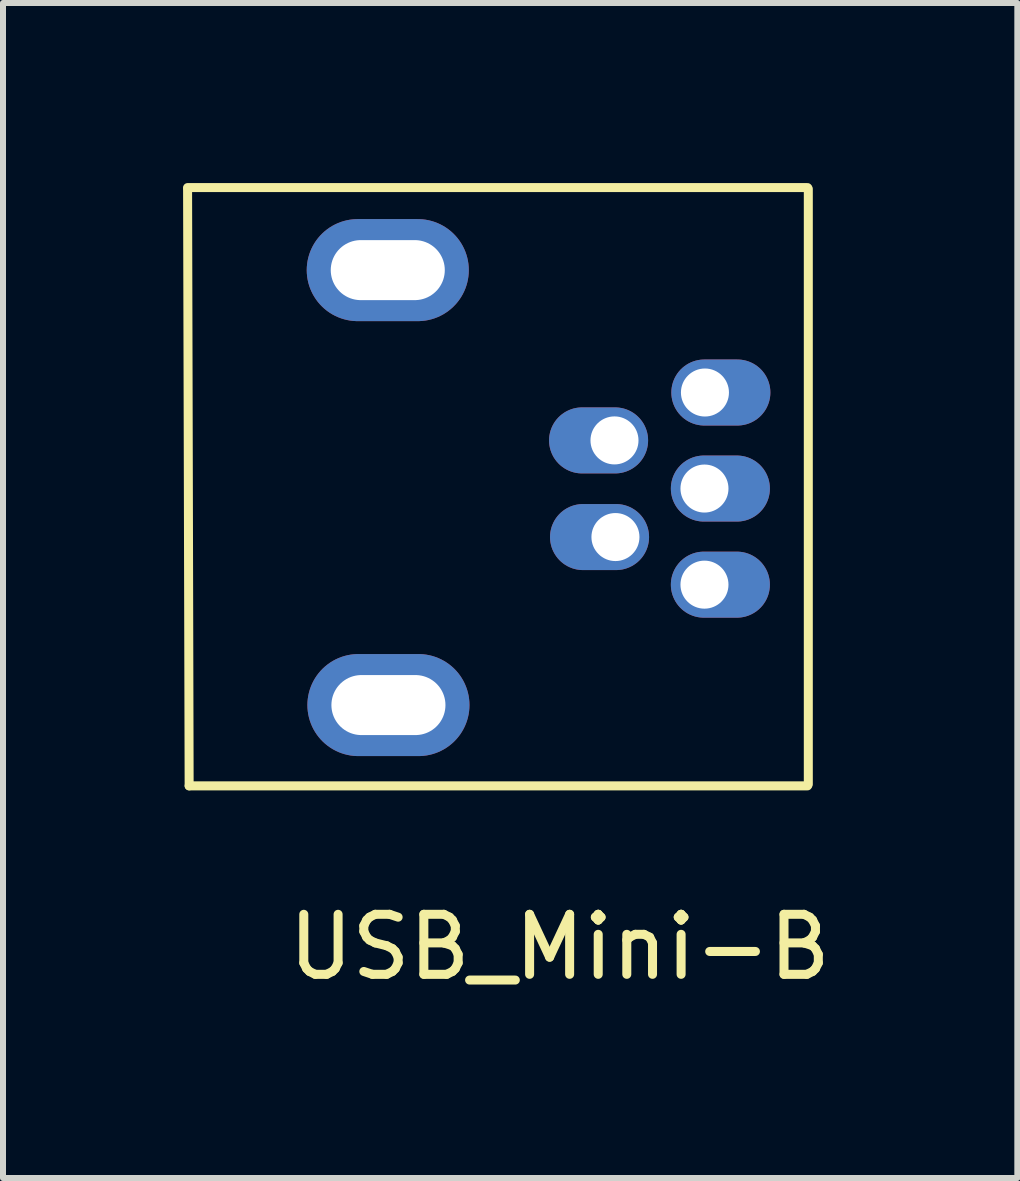
<source format=kicad_pcb>
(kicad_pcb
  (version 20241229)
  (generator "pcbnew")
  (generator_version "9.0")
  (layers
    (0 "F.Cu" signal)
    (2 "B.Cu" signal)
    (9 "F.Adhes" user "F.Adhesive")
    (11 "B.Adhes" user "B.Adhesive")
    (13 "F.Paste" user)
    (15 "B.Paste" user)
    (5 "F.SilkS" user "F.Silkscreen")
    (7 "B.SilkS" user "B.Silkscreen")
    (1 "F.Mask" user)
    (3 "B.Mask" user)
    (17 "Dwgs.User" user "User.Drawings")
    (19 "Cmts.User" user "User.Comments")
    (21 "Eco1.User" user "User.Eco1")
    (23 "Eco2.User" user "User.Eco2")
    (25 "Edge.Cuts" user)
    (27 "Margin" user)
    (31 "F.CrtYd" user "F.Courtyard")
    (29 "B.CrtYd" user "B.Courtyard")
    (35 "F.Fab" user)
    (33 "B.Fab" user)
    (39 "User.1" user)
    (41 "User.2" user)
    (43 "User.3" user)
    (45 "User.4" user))
  (footprint "USB_Mini-B"
    (layer "F.Cu")
    (at 6.273 5.826)
    (property "Reference" "USB_Mini-B" (at 0 6.901 0) (layer "F.SilkS") (effects (font (size 1 1) (thickness 0.15))))
    (attr smd)
    (fp_line (start -6.198 -5.751) (end 4.13 -5.751) (stroke (width 0.15) (type solid)) (layer "F.SilkS"))
    (fp_line (start -6.172 4.216) (end -6.198 -5.73) (stroke (width 0.15) (type solid)) (layer "F.SilkS"))
    (fp_line (start -6.172 4.216) (end 4.13 4.216) (stroke (width 0.15) (type solid)) (layer "F.SilkS"))
    (fp_line (start 4.143 -5.73) (end 4.143 4.191) (stroke (width 0.15) (type solid)) (layer "F.SilkS"))
    (pad "1" thru_hole oval (at 2.421 -2.337) (size 1.65 1.1) (drill 0.8 (offset 0.265 0)) (layers "*.Cu" "*.Mask"))
    (pad "2" thru_hole oval (at 0.914 -1.539) (size 1.65 1.1) (drill 0.8 (offset -0.265 0)) (layers "*.Cu" "*.Mask"))
    (pad "3" thru_hole oval (at 2.413 -0.737) (size 1.65 1.1) (drill 0.8 (offset 0.265 0)) (layers "*.Cu" "*.Mask"))
    (pad "4" thru_hole oval (at 0.93 0.071) (size 1.65 1.1) (drill 0.8 (offset -0.265 0)) (layers "*.Cu" "*.Mask"))
    (pad "5" thru_hole oval (at 2.413 0.864) (size 1.65 1.1) (drill 0.8 (offset 0.265 0)) (layers "*.Cu" "*.Mask"))
    (pad "6" thru_hole oval (at -2.863 -4.376) (size 2.7 1.7) (drill oval 1.9 1) (layers "*.Cu" "*.Mask"))
    (pad "6" thru_hole oval (at -2.852 2.87) (size 2.7 1.7) (drill oval 1.9 1) (layers "*.Cu" "*.Mask")))
  (gr_rect
    (start -3 -3)
    (end 13.898 16.575)
    (stroke (width 0.1) (type default))
    (fill no)
    (layer "Edge.Cuts")))
</source>
